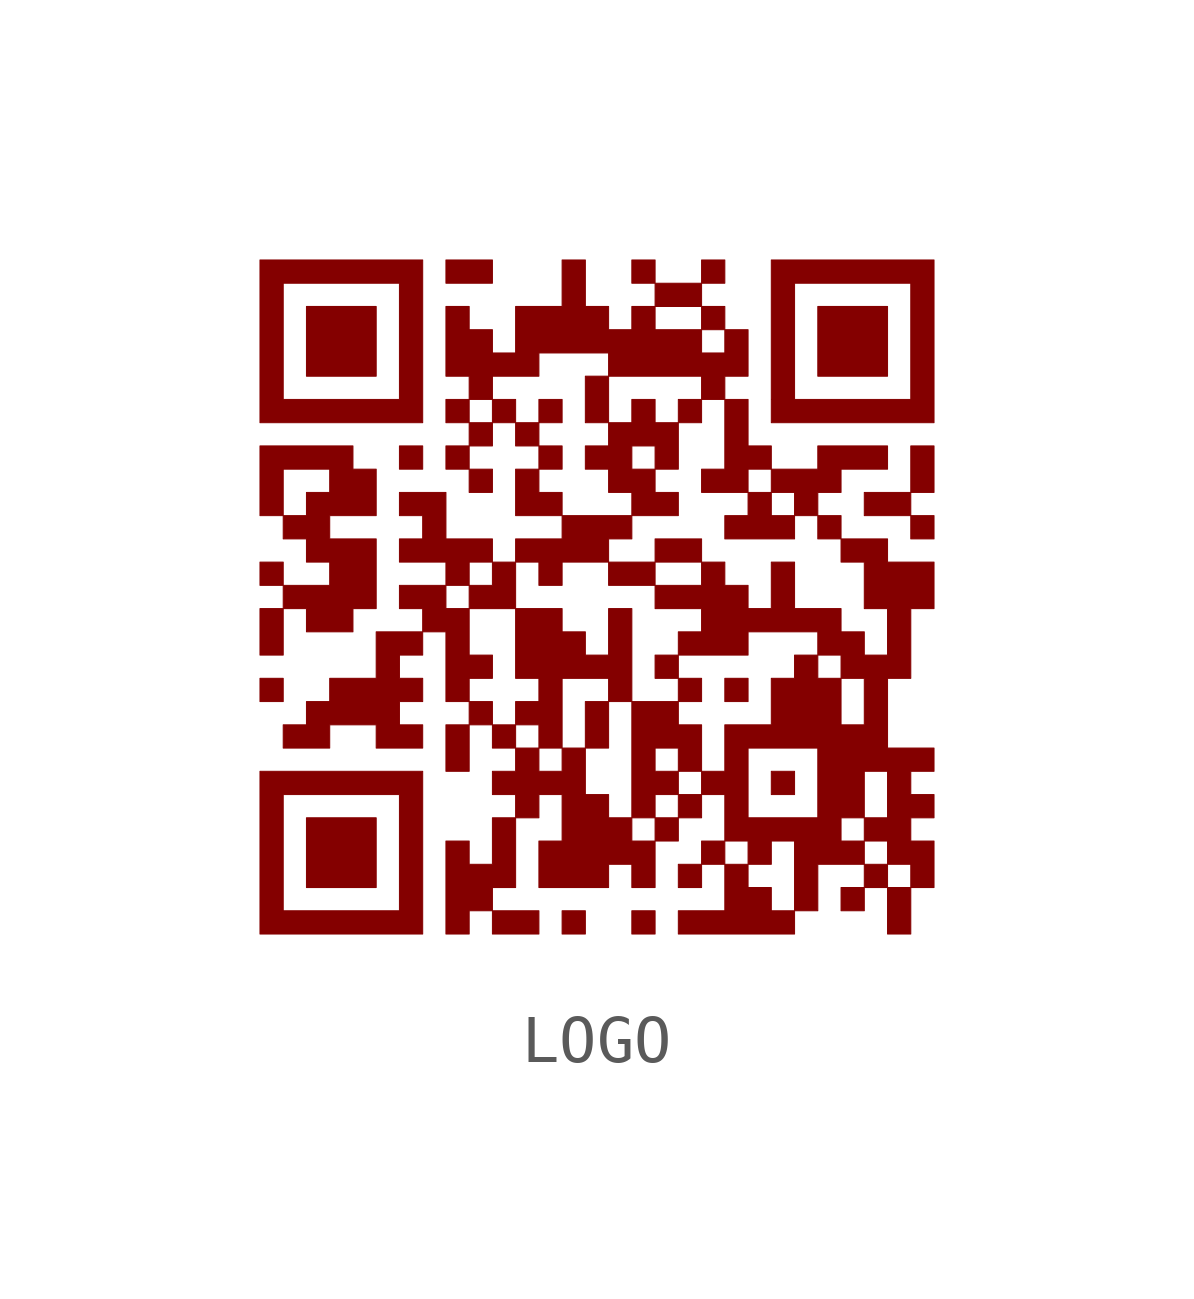
<source format=kicad_sym>
(kicad_symbol_lib
  (version 20220914)
  (generator "bitmap2component")
  (generator_version "8.0")
  (symbol "LOGO"
    (pin_names
      (offset 1.016))
    (property "Reference" "#G"
      (at 0 6.859 0)
      (effects (font (size 1.27 1.27)) hide))
    (symbol "LOGO_0_0"
      (polyline (pts (xy -3.622 -5.331) (xy -3.622 -3.637) (xy -5.316 -3.637) (xy -7.01 -3.637) (xy -7.01 -5.331) (xy -7.01 -6.541) (xy -6.526 -6.541) (xy -6.526 -5.331) (xy -6.526 -4.121) (xy -5.316 -4.121) (xy -4.106 -4.121) (xy -4.106 -5.331) (xy -4.106 -6.541) (xy -5.316 -6.541) (xy -6.526 -6.541) (xy -7.01 -6.541) (xy -7.01 -7.025) (xy -5.316 -7.025) (xy -3.622 -7.025) (xy -3.622 -5.331)) (stroke (width 0.01) (type default)) (fill (type outline)))
      (polyline (pts (xy 4.121 -6.783) (xy 4.121 -6.541) (xy 3.879 -6.541) (xy 3.637 -6.541) (xy 3.637 -6.299) (xy 3.637 -6.057) (xy 3.395 -6.057) (xy 3.153 -6.057) (xy 3.153 -5.815) (xy 3.153 -5.573) (xy 2.911 -5.573) (xy 2.669 -5.573) (xy 2.669 -5.331) (xy 2.669 -5.089) (xy 2.911 -5.089) (xy 3.153 -5.089) (xy 3.153 -5.331) (xy 3.153 -5.573) (xy 3.395 -5.573) (xy 3.637 -5.573) (xy 3.637 -5.331) (xy 3.637 -5.089) (xy 3.879 -5.089) (xy 4.121 -5.089) (xy 4.121 -5.815) (xy 4.121 -6.541) (xy 4.363 -6.541) (xy 4.605 -6.541) (xy 4.605 -6.057) (xy 4.605 -5.573) (xy 5.089 -5.573) (xy 5.573 -5.573) (xy 5.573 -5.815) (xy 5.573 -6.057) (xy 5.331 -6.057) (xy 5.089 -6.057) (xy 5.089 -6.299) (xy 5.089 -6.541) (xy 5.331 -6.541) (xy 5.573 -6.541) (xy 5.573 -6.299) (xy 5.573 -6.057) (xy 5.815 -6.057) (xy 6.057 -6.057) (xy 6.057 -6.541) (xy 6.057 -7.025) (xy 6.299 -7.025) (xy 6.541 -7.025) (xy 6.541 -6.541) (xy 6.541 -6.057) (xy 6.299 -6.057) (xy 6.057 -6.057) (xy 6.057 -5.815) (xy 6.057 -5.573) (xy 5.815 -5.573) (xy 5.573 -5.573) (xy 5.573 -5.331) (xy 5.573 -5.089) (xy 5.331 -5.089) (xy 5.089 -5.089) (xy 5.089 -4.847) (xy 5.089 -4.605) (xy 5.331 -4.605) (xy 5.573 -4.605) (xy 5.573 -4.121) (xy 5.573 -3.637) (xy 5.815 -3.637) (xy 6.057 -3.637) (xy 6.057 -4.121) (xy 6.057 -4.605) (xy 5.815 -4.605) (xy 5.573 -4.605) (xy 5.573 -4.847) (xy 5.573 -5.089) (xy 5.815 -5.089) (xy 6.057 -5.089) (xy 6.057 -5.331) (xy 6.057 -5.573) (xy 6.299 -5.573) (xy 6.541 -5.573) (xy 6.541 -5.815) (xy 6.541 -6.057) (xy 6.783 -6.057) (xy 7.025 -6.057) (xy 7.025 -5.573) (xy 7.025 -5.089) (xy 6.783 -5.089) (xy 6.541 -5.089) (xy 6.541 -4.847) (xy 6.541 -4.605) (xy 6.783 -4.605) (xy 7.025 -4.605) (xy 7.025 -4.363) (xy 7.025 -4.121) (xy 6.783 -4.121) (xy 6.541 -4.121) (xy 6.541 -3.879) (xy 6.541 -3.637) (xy 6.783 -3.637) (xy 7.025 -3.637) (xy 7.025 -3.395) (xy 7.025 -3.153) (xy 6.541 -3.153) (xy 6.057 -3.153) (xy 6.057 -2.427) (xy 6.057 -1.701) (xy 6.299 -1.701) (xy 6.541 -1.701) (xy 6.541 -0.975) (xy 6.541 -0.249) (xy 6.783 -0.249) (xy 7.025 -0.249) (xy 7.025 0.235) (xy 7.025 0.719) (xy 6.541 0.719) (xy 6.057 0.719) (xy 6.057 0.961) (xy 6.057 1.202) (xy 5.573 1.202) (xy 5.089 1.202) (xy 5.089 1.444) (xy 5.089 1.687) (xy 4.847 1.687) (xy 4.605 1.687) (xy 4.605 1.928) (xy 4.605 2.17) (xy 4.847 2.17) (xy 5.089 2.17) (xy 5.089 2.412) (xy 5.089 2.654) (xy 5.573 2.654) (xy 6.057 2.654) (xy 6.057 2.896) (xy 6.057 3.138) (xy 5.331 3.138) (xy 4.605 3.138) (xy 4.605 2.896) (xy 4.605 2.654) (xy 4.121 2.654) (xy 3.637 2.654) (xy 3.637 2.896) (xy 3.637 3.138) (xy 3.395 3.138) (xy 3.153 3.138) (xy 3.153 3.622) (xy 3.153 4.106) (xy 2.911 4.106) (xy 2.669 4.106) (xy 2.669 4.348) (xy 2.669 4.59) (xy 2.911 4.59) (xy 3.153 4.59) (xy 3.153 5.074) (xy 3.153 5.558) (xy 2.911 5.558) (xy 2.669 5.558) (xy 2.669 5.8) (xy 2.669 6.042) (xy 2.427 6.042) (xy 2.185 6.042) (xy 2.185 6.284) (xy 2.185 6.526) (xy 1.701 6.526) (xy 1.217 6.526) (xy 1.217 6.768) (xy 1.217 7.01) (xy 0.975 7.01) (xy 0.733 7.01) (xy 0.733 6.768) (xy 0.733 6.526) (xy 0.975 6.526) (xy 1.217 6.526) (xy 1.217 6.284) (xy 1.217 6.042) (xy 1.701 6.042) (xy 2.185 6.042) (xy 2.185 5.8) (xy 2.185 5.558) (xy 2.427 5.558) (xy 2.669 5.558) (xy 2.669 5.316) (xy 2.669 5.074) (xy 2.427 5.074) (xy 2.185 5.074) (xy 2.185 5.316) (xy 2.185 5.558) (xy 1.701 5.558) (xy 1.217 5.558) (xy 1.217 5.8) (xy 1.217 6.042) (xy 0.975 6.042) (xy 0.733 6.042) (xy 0.733 5.8) (xy 0.733 5.558) (xy 0.491 5.558) (xy 0.249 5.558) (xy 0.249 5.8) (xy 0.249 6.042) (xy 0.007 6.042) (xy -0.235 6.042) (xy -0.235 6.526) (xy -0.235 7.01) (xy -0.477 7.01) (xy -0.719 7.01) (xy -0.719 6.526) (xy -0.719 6.042) (xy -1.202 6.042) (xy -1.687 6.042) (xy -1.687 5.558) (xy -1.687 5.074) (xy -1.928 5.074) (xy -2.17 5.074) (xy -2.17 5.316) (xy -2.17 5.558) (xy -2.412 5.558) (xy -2.654 5.558) (xy -2.654 5.8) (xy -2.654 6.042) (xy -2.896 6.042) (xy -3.138 6.042) (xy -3.138 5.316) (xy -3.138 4.59) (xy -2.896 4.59) (xy -2.654 4.59) (xy -2.654 4.348) (xy -2.654 4.106) (xy -2.412 4.106) (xy -2.17 4.106) (xy -2.17 4.348) (xy -2.17 4.59) (xy -1.687 4.59) (xy -1.202 4.59) (xy -1.202 4.832) (xy -1.202 5.074) (xy -0.477 5.074) (xy 0.249 5.074) (xy 0.249 4.832) (xy 0.249 4.59) (xy 1.217 4.59) (xy 2.185 4.59) (xy 2.185 4.348) (xy 2.185 4.106) (xy 2.427 4.106) (xy 2.669 4.106) (xy 2.669 3.38) (xy 2.669 2.654) (xy 2.427 2.654) (xy 2.185 2.654) (xy 2.185 2.412) (xy 2.185 2.17) (xy 2.669 2.17) (xy 3.153 2.17) (xy 3.153 2.412) (xy 3.153 2.654) (xy 3.395 2.654) (xy 3.637 2.654) (xy 3.637 2.412) (xy 3.637 2.17) (xy 3.879 2.17) (xy 4.121 2.17) (xy 4.121 1.928) (xy 4.121 1.687) (xy 4.363 1.687) (xy 4.605 1.687) (xy 4.605 1.444) (xy 4.605 1.202) (xy 4.847 1.202) (xy 5.089 1.202) (xy 5.089 0.961) (xy 5.089 0.719) (xy 5.331 0.719) (xy 5.573 0.719) (xy 5.573 0.235) (xy 5.573 -0.249) (xy 5.815 -0.249) (xy 6.057 -0.249) (xy 6.057 -0.733) (xy 6.057 -1.217) (xy 5.815 -1.217) (xy 5.573 -1.217) (xy 5.573 -0.975) (xy 5.573 -0.733) (xy 5.331 -0.733) (xy 5.089 -0.733) (xy 5.089 -0.491) (xy 5.089 -0.249) (xy 4.605 -0.249) (xy 4.121 -0.249) (xy 4.121 0.235) (xy 4.121 0.719) (xy 3.879 0.719) (xy 3.637 0.719) (xy 3.637 0.235) (xy 3.637 -0.249) (xy 3.395 -0.249) (xy 3.153 -0.249) (xy 3.153 -0.007) (xy 3.153 0.235) (xy 2.911 0.235) (xy 2.669 0.235) (xy 2.669 0.477) (xy 2.669 0.719) (xy 2.427 0.719) (xy 2.185 0.719) (xy 2.185 0.477) (xy 2.185 0.235) (xy 1.701 0.235) (xy 1.217 0.235) (xy 1.217 -0.007) (xy 1.217 -0.249) (xy 1.701 -0.249) (xy 2.185 -0.249) (xy 2.185 -0.491) (xy 2.185 -0.733) (xy 1.943 -0.733) (xy 1.701 -0.733) (xy 1.701 -0.975) (xy 1.701 -1.217) (xy 2.427 -1.217) (xy 3.153 -1.217) (xy 3.153 -0.975) (xy 3.153 -0.733) (xy 3.879 -0.733) (xy 4.605 -0.733) (xy 4.605 -0.975) (xy 4.605 -1.217) (xy 4.847 -1.217) (xy 5.089 -1.217) (xy 5.089 -1.459) (xy 5.089 -1.701) (xy 5.331 -1.701) (xy 5.573 -1.701) (xy 5.573 -2.185) (xy 5.573 -2.669) (xy 5.331 -2.669) (xy 5.089 -2.669) (xy 5.089 -2.185) (xy 5.089 -1.701) (xy 4.847 -1.701) (xy 4.605 -1.701) (xy 4.605 -1.459) (xy 4.605 -1.217) (xy 4.363 -1.217) (xy 4.121 -1.217) (xy 4.121 -1.459) (xy 4.121 -1.701) (xy 3.879 -1.701) (xy 3.637 -1.701) (xy 3.637 -2.185) (xy 3.637 -2.669) (xy 3.153 -2.669) (xy 2.669 -2.669) (xy 2.669 -3.153) (xy 2.669 -3.637) (xy 2.427 -3.637) (xy 2.185 -3.637) (xy 2.185 -3.879) (xy 2.185 -4.121) (xy 1.943 -4.121) (xy 1.701 -4.121) (xy 1.701 -4.363) (xy 1.701 -4.605) (xy 1.943 -4.605) (xy 2.185 -4.605) (xy 2.185 -4.363) (xy 2.185 -4.121) (xy 2.427 -4.121) (xy 2.669 -4.121) (xy 2.669 -4.605) (xy 3.153 -4.605) (xy 3.153 -3.879) (xy 3.153 -3.153) (xy 3.879 -3.153) (xy 4.605 -3.153) (xy 4.605 -3.879) (xy 4.605 -4.605) (xy 3.879 -4.605) (xy 3.153 -4.605) (xy 2.669 -4.605) (xy 2.669 -5.089) (xy 2.427 -5.089) (xy 2.185 -5.089) (xy 2.185 -5.331) (xy 2.185 -5.573) (xy 1.943 -5.573) (xy 1.701 -5.573) (xy 1.701 -5.815) (xy 1.701 -6.057) (xy 1.943 -6.057) (xy 2.185 -6.057) (xy 2.185 -5.815) (xy 2.185 -5.573) (xy 2.427 -5.573) (xy 2.669 -5.573) (xy 2.669 -6.057) (xy 2.669 -6.541) (xy 2.185 -6.541) (xy 1.701 -6.541) (xy 1.701 -6.783) (xy 1.701 -7.025) (xy 2.911 -7.025) (xy 4.121 -7.025) (xy 4.121 -6.783)) (stroke (width 0.01) (type default)) (fill (type outline)))
      (polyline (pts (xy 2.669 6.768) (xy 2.669 7.01) (xy 2.427 7.01) (xy 2.185 7.01) (xy 2.185 6.768) (xy 2.185 6.526) (xy 2.427 6.526) (xy 2.669 6.526) (xy 2.669 6.768)) (stroke (width 0.01) (type default)) (fill (type outline)))
      (polyline (pts (xy -0.719 2.896) (xy -0.719 3.138) (xy -0.961 3.138) (xy -1.202 3.138) (xy -1.202 3.38) (xy -1.202 3.622) (xy -1.444 3.622) (xy -1.687 3.622) (xy -1.687 3.864) (xy -1.687 4.106) (xy -1.928 4.106) (xy -2.17 4.106) (xy -2.17 3.864) (xy -2.17 3.622) (xy -2.412 3.622) (xy -2.654 3.622) (xy -2.654 3.864) (xy -2.654 4.106) (xy -2.896 4.106) (xy -3.138 4.106) (xy -3.138 3.864) (xy -3.138 3.622) (xy -2.896 3.622) (xy -2.654 3.622) (xy -2.654 3.38) (xy -2.654 3.138) (xy -2.412 3.138) (xy -2.17 3.138) (xy -2.17 3.38) (xy -2.17 3.622) (xy -1.928 3.622) (xy -1.687 3.622) (xy -1.687 3.38) (xy -1.687 3.138) (xy -1.444 3.138) (xy -1.202 3.138) (xy -1.202 2.896) (xy -1.202 2.654) (xy -0.961 2.654) (xy -0.719 2.654) (xy -0.719 2.896)) (stroke (width 0.01) (type default)) (fill (type outline)))
      (polyline (pts (xy -2.17 2.412) (xy -2.17 2.654) (xy -2.412 2.654) (xy -2.654 2.654) (xy -2.654 2.896) (xy -2.654 3.138) (xy -2.896 3.138) (xy -3.138 3.138) (xy -3.138 2.896) (xy -3.138 2.654) (xy -2.896 2.654) (xy -2.654 2.654) (xy -2.654 2.412) (xy -2.654 2.17) (xy -2.412 2.17) (xy -2.17 2.17) (xy -2.17 2.412)) (stroke (width 0.01) (type default)) (fill (type outline)))
      (polyline (pts (xy 0.249 -5.815) (xy 0.249 -5.573) (xy 0.491 -5.573) (xy 0.733 -5.573) (xy 0.733 -5.815) (xy 0.733 -6.057) (xy 0.975 -6.057) (xy 1.217 -6.057) (xy 1.217 -5.573) (xy 1.217 -5.089) (xy 0.975 -5.089) (xy 0.733 -5.089) (xy 0.733 -4.847) (xy 0.733 -4.605) (xy 0.491 -4.605) (xy 0.249 -4.605) (xy 0.249 -4.363) (xy 0.249 -4.121) (xy 0.007 -4.121) (xy -0.235 -4.121) (xy -0.235 -3.637) (xy -0.235 -3.153) (xy -0.477 -3.153) (xy -0.719 -3.153) (xy -0.719 -3.395) (xy -0.719 -3.637) (xy -0.961 -3.637) (xy -1.202 -3.637) (xy -1.202 -3.395) (xy -1.202 -3.153) (xy -1.444 -3.153) (xy -1.687 -3.153) (xy -1.687 -2.911) (xy -1.687 -2.669) (xy -1.928 -2.669) (xy -2.17 -2.669) (xy -2.17 -2.427) (xy -2.17 -2.185) (xy -2.412 -2.185) (xy -2.654 -2.185) (xy -2.654 -1.943) (xy -2.654 -1.701) (xy -2.412 -1.701) (xy -2.17 -1.701) (xy -2.17 -1.459) (xy -2.17 -1.217) (xy -2.412 -1.217) (xy -2.654 -1.217) (xy -2.654 -0.733) (xy -2.654 -0.249) (xy -2.896 -0.249) (xy -3.138 -0.249) (xy -3.138 -0.007) (xy -3.138 0.235) (xy -2.896 0.235) (xy -2.654 0.235) (xy -2.654 0.477) (xy -2.654 0.719) (xy -2.412 0.719) (xy -2.17 0.719) (xy -2.17 0.477) (xy -2.17 0.235) (xy -2.412 0.235) (xy -2.654 0.235) (xy -2.654 -0.007) (xy -2.654 -0.249) (xy -2.17 -0.249) (xy -1.687 -0.249) (xy -1.687 0.235) (xy -1.687 0.719) (xy -1.444 0.719) (xy -1.202 0.719) (xy -1.202 0.477) (xy -1.202 0.235) (xy -0.961 0.235) (xy -0.719 0.235) (xy -0.719 0.477) (xy -0.719 0.719) (xy -0.235 0.719) (xy 0.249 0.719) (xy 0.249 0.961) (xy 0.249 1.202) (xy 0.491 1.202) (xy 0.733 1.202) (xy 0.733 1.444) (xy 0.733 1.687) (xy 0.007 1.687) (xy -0.719 1.687) (xy -0.719 1.928) (xy -0.719 2.17) (xy -0.961 2.17) (xy -1.202 2.17) (xy -1.202 2.412) (xy -1.202 2.654) (xy -1.444 2.654) (xy -1.687 2.654) (xy -1.687 2.17) (xy -1.687 1.687) (xy -1.202 1.687) (xy -0.719 1.687) (xy -0.719 1.444) (xy -0.719 1.202) (xy -1.202 1.202) (xy -1.687 1.202) (xy -1.687 0.961) (xy -1.687 0.719) (xy -1.928 0.719) (xy -2.17 0.719) (xy -2.17 0.961) (xy -2.17 1.202) (xy -2.654 1.202) (xy -3.138 1.202) (xy -3.138 1.687) (xy -3.138 2.17) (xy -3.622 2.17) (xy -4.106 2.17) (xy -4.106 1.928) (xy -4.106 1.687) (xy -3.864 1.687) (xy -3.622 1.687) (xy -3.622 1.444) (xy -3.622 1.202) (xy -3.864 1.202) (xy -4.106 1.202) (xy -4.106 0.961) (xy -4.106 0.719) (xy -3.622 0.719) (xy -3.138 0.719) (xy -3.138 0.477) (xy -3.138 0.235) (xy -3.622 0.235) (xy -4.106 0.235) (xy -4.106 -0.007) (xy -4.106 -0.249) (xy -3.864 -0.249) (xy -3.622 -0.249) (xy -3.622 -0.491) (xy -3.622 -0.733) (xy -4.106 -0.733) (xy -4.59 -0.733) (xy -4.59 -1.217) (xy -4.59 -1.701) (xy -5.074 -1.701) (xy -5.558 -1.701) (xy -5.558 -1.943) (xy -5.558 -2.185) (xy -5.8 -2.185) (xy -6.042 -2.185) (xy -6.042 -2.427) (xy -6.042 -2.669) (xy -6.284 -2.669) (xy -6.526 -2.669) (xy -6.526 -2.911) (xy -6.526 -3.153) (xy -6.042 -3.153) (xy -5.558 -3.153) (xy -5.558 -2.911) (xy -5.558 -2.669) (xy -5.074 -2.669) (xy -4.59 -2.669) (xy -4.59 -2.911) (xy -4.59 -3.153) (xy -4.106 -3.153) (xy -3.622 -3.153) (xy -3.622 -2.911) (xy -3.622 -2.669) (xy -3.864 -2.669) (xy -4.106 -2.669) (xy -4.106 -2.427) (xy -4.106 -2.185) (xy -3.864 -2.185) (xy -3.622 -2.185) (xy -3.622 -1.943) (xy -3.622 -1.701) (xy -3.864 -1.701) (xy -4.106 -1.701) (xy -4.106 -1.459) (xy -4.106 -1.217) (xy -3.864 -1.217) (xy -3.622 -1.217) (xy -3.622 -0.975) (xy -3.622 -0.733) (xy -3.38 -0.733) (xy -3.138 -0.733) (xy -3.138 -1.459) (xy -3.138 -2.185) (xy -2.896 -2.185) (xy -2.654 -2.185) (xy -2.654 -2.427) (xy -2.654 -2.669) (xy -2.896 -2.669) (xy -3.138 -2.669) (xy -3.138 -3.153) (xy -3.138 -3.637) (xy -2.896 -3.637) (xy -2.654 -3.637) (xy -2.654 -3.153) (xy -2.654 -2.669) (xy -2.412 -2.669) (xy -2.17 -2.669) (xy -2.17 -2.911) (xy -2.17 -3.153) (xy -1.928 -3.153) (xy -1.687 -3.153) (xy -1.687 -3.395) (xy -1.687 -3.637) (xy -1.928 -3.637) (xy -2.17 -3.637) (xy -2.17 -3.879) (xy -2.17 -4.121) (xy -1.928 -4.121) (xy -1.687 -4.121) (xy -1.687 -4.363) (xy -1.687 -4.605) (xy -1.444 -4.605) (xy -1.202 -4.605) (xy -1.202 -4.363) (xy -1.202 -4.121) (xy -0.961 -4.121) (xy -0.719 -4.121) (xy -0.719 -4.605) (xy -0.719 -5.089) (xy -0.961 -5.089) (xy -1.202 -5.089) (xy -1.202 -5.573) (xy -1.202 -6.057) (xy -0.477 -6.057) (xy 0.249 -6.057) (xy 0.249 -5.815)) (stroke (width 0.01) (type default)) (fill (type outline)))
      (polyline (pts (xy -2.654 -6.783) (xy -2.654 -6.541) (xy -2.412 -6.541) (xy -2.17 -6.541) (xy -2.17 -6.783) (xy -2.17 -7.025) (xy -1.687 -7.025) (xy -1.202 -7.025) (xy -1.202 -6.783) (xy -1.202 -6.541) (xy -1.687 -6.541) (xy -2.17 -6.541) (xy -2.17 -6.299) (xy -2.17 -6.057) (xy -1.928 -6.057) (xy -1.687 -6.057) (xy -1.687 -5.331) (xy -1.687 -4.605) (xy -1.928 -4.605) (xy -2.17 -4.605) (xy -2.17 -5.089) (xy -2.17 -5.573) (xy -2.412 -5.573) (xy -2.654 -5.573) (xy -2.654 -5.331) (xy -2.654 -5.089) (xy -2.896 -5.089) (xy -3.138 -5.089) (xy -3.138 -6.057) (xy -3.138 -7.025) (xy -2.896 -7.025) (xy -2.654 -7.025) (xy -2.654 -6.783)) (stroke (width 0.01) (type default)) (fill (type outline)))
      (polyline (pts (xy 1.701 -4.847) (xy 1.701 -4.605) (xy 1.459 -4.605) (xy 1.217 -4.605) (xy 1.217 -4.847) (xy 1.217 -5.089) (xy 1.459 -5.089) (xy 1.701 -5.089) (xy 1.701 -4.847)) (stroke (width 0.01) (type default)) (fill (type outline)))
      (polyline (pts (xy -0.235 -6.783) (xy -0.235 -6.541) (xy -0.477 -6.541) (xy -0.719 -6.541) (xy -0.719 -6.783) (xy -0.719 -7.025) (xy -0.477 -7.025) (xy -0.235 -7.025) (xy -0.235 -6.783)) (stroke (width 0.01) (type default)) (fill (type outline)))
      (polyline (pts (xy 1.217 -6.783) (xy 1.217 -6.541) (xy 0.975 -6.541) (xy 0.733 -6.541) (xy 0.733 -6.783) (xy 0.733 -7.025) (xy 0.975 -7.025) (xy 1.217 -7.025) (xy 1.217 -6.783)) (stroke (width 0.01) (type default)) (fill (type outline)))
      (polyline (pts (xy -6.526 -1.943) (xy -6.526 -1.701) (xy -6.768 -1.701) (xy -7.01 -1.701) (xy -7.01 -1.943) (xy -7.01 -2.185) (xy -6.768 -2.185) (xy -6.526 -2.185) (xy -6.526 -1.943)) (stroke (width 0.01) (type default)) (fill (type outline)))
      (polyline (pts (xy -6.526 -0.733) (xy -6.526 -0.249) (xy -6.284 -0.249) (xy -6.042 -0.249) (xy -6.042 -0.491) (xy -6.042 -0.733) (xy -5.558 -0.733) (xy -5.074 -0.733) (xy -5.074 -0.491) (xy -5.074 -0.249) (xy -4.832 -0.249) (xy -4.59 -0.249) (xy -4.59 0.477) (xy -4.59 1.202) (xy -5.074 1.202) (xy -5.558 1.202) (xy -5.558 1.444) (xy -5.558 1.687) (xy -5.074 1.687) (xy -4.59 1.687) (xy -4.59 2.17) (xy -4.59 2.654) (xy -4.832 2.654) (xy -5.074 2.654) (xy -5.074 2.896) (xy -5.074 3.138) (xy -6.042 3.138) (xy -7.01 3.138) (xy -7.01 2.412) (xy -7.01 1.687) (xy -6.768 1.687) (xy -6.526 1.687) (xy -6.526 2.17) (xy -6.526 2.654) (xy -6.042 2.654) (xy -5.558 2.654) (xy -5.558 2.412) (xy -5.558 2.17) (xy -5.8 2.17) (xy -6.042 2.17) (xy -6.042 1.928) (xy -6.042 1.687) (xy -6.284 1.687) (xy -6.526 1.687) (xy -6.526 1.444) (xy -6.526 1.202) (xy -6.284 1.202) (xy -6.042 1.202) (xy -6.042 0.961) (xy -6.042 0.719) (xy -5.8 0.719) (xy -5.558 0.719) (xy -5.558 0.477) (xy -5.558 0.235) (xy -6.042 0.235) (xy -6.526 0.235) (xy -6.526 0.477) (xy -6.526 0.719) (xy -6.768 0.719) (xy -7.01 0.719) (xy -7.01 0.477) (xy -7.01 0.235) (xy -6.768 0.235) (xy -6.526 0.235) (xy -6.526 -0.007) (xy -6.526 -0.249) (xy -6.768 -0.249) (xy -7.01 -0.249) (xy -7.01 -0.733) (xy -7.01 -1.217) (xy -6.768 -1.217) (xy -6.526 -1.217) (xy -6.526 -0.733)) (stroke (width 0.01) (type default)) (fill (type outline)))
      (polyline (pts (xy 7.025 2.654) (xy 7.025 3.138) (xy 6.783 3.138) (xy 6.541 3.138) (xy 6.541 2.654) (xy 6.541 2.17) (xy 6.783 2.17) (xy 7.025 2.17) (xy 7.025 2.654)) (stroke (width 0.01) (type default)) (fill (type outline)))
      (polyline (pts (xy 7.025 1.444) (xy 7.025 1.687) (xy 6.783 1.687) (xy 6.541 1.687) (xy 6.541 1.928) (xy 6.541 2.17) (xy 6.057 2.17) (xy 5.573 2.17) (xy 5.573 1.928) (xy 5.573 1.687) (xy 6.057 1.687) (xy 6.541 1.687) (xy 6.541 1.444) (xy 6.541 1.202) (xy 6.783 1.202) (xy 7.025 1.202) (xy 7.025 1.444)) (stroke (width 0.01) (type default)) (fill (type outline)))
      (polyline (pts (xy -3.622 2.896) (xy -3.622 3.138) (xy -3.864 3.138) (xy -4.106 3.138) (xy -4.106 2.896) (xy -4.106 2.654) (xy -3.864 2.654) (xy -3.622 2.654) (xy -3.622 2.896)) (stroke (width 0.01) (type default)) (fill (type outline)))
      (polyline (pts (xy -3.622 5.316) (xy -3.622 7.01) (xy -5.316 7.01) (xy -7.01 7.01) (xy -7.01 5.316) (xy -7.01 4.106) (xy -6.526 4.106) (xy -6.526 5.316) (xy -6.526 6.526) (xy -5.316 6.526) (xy -4.106 6.526) (xy -4.106 5.316) (xy -4.106 4.106) (xy -5.316 4.106) (xy -6.526 4.106) (xy -7.01 4.106) (xy -7.01 3.622) (xy -5.316 3.622) (xy -3.622 3.622) (xy -3.622 5.316)) (stroke (width 0.01) (type default)) (fill (type outline)))
      (polyline (pts (xy 7.025 5.316) (xy 7.025 7.01) (xy 5.331 7.01) (xy 3.637 7.01) (xy 3.637 5.316) (xy 3.637 4.106) (xy 4.121 4.106) (xy 4.121 5.316) (xy 4.121 6.526) (xy 5.331 6.526) (xy 6.541 6.526) (xy 6.541 5.316) (xy 6.541 4.106) (xy 5.331 4.106) (xy 4.121 4.106) (xy 3.637 4.106) (xy 3.637 3.622) (xy 5.331 3.622) (xy 7.025 3.622) (xy 7.025 5.316)) (stroke (width 0.01) (type default)) (fill (type outline)))
      (polyline (pts (xy -2.17 6.768) (xy -2.17 7.01) (xy -2.654 7.01) (xy -3.138 7.01) (xy -3.138 6.768) (xy -3.138 6.526) (xy -2.654 6.526) (xy -2.17 6.526) (xy -2.17 6.768)) (stroke (width 0.01) (type default)) (fill (type outline)))
      (polyline (pts (xy -4.59 -5.331) (xy -4.59 -4.605) (xy -5.316 -4.605) (xy -6.042 -4.605) (xy -6.042 -5.331) (xy -6.042 -6.057) (xy -5.316 -6.057) (xy -4.59 -6.057) (xy -4.59 -5.331)) (stroke (width 0.01) (type default)) (fill (type outline)))
      (polyline (pts (xy 1.217 -4.363) (xy 1.217 -4.121) (xy 1.459 -4.121) (xy 1.701 -4.121) (xy 1.701 -3.879) (xy 1.701 -3.637) (xy 1.459 -3.637) (xy 1.217 -3.637) (xy 1.217 -3.395) (xy 1.217 -3.153) (xy 1.459 -3.153) (xy 1.701 -3.153) (xy 1.701 -3.395) (xy 1.701 -3.637) (xy 1.943 -3.637) (xy 2.185 -3.637) (xy 2.185 -3.153) (xy 2.185 -2.669) (xy 1.943 -2.669) (xy 1.701 -2.669) (xy 1.701 -2.427) (xy 1.701 -2.185) (xy 1.217 -2.185) (xy 0.733 -2.185) (xy 0.733 -1.217) (xy 0.733 -0.249) (xy 0.491 -0.249) (xy 0.249 -0.249) (xy 0.249 -0.733) (xy 0.249 -1.217) (xy 0.007 -1.217) (xy -0.235 -1.217) (xy -0.235 -0.975) (xy -0.235 -0.733) (xy -0.477 -0.733) (xy -0.719 -0.733) (xy -0.719 -0.491) (xy -0.719 -0.249) (xy -1.202 -0.249) (xy -1.687 -0.249) (xy -1.687 -0.975) (xy -1.687 -1.701) (xy -1.444 -1.701) (xy -1.202 -1.701) (xy -1.202 -1.943) (xy -1.202 -2.185) (xy -1.444 -2.185) (xy -1.687 -2.185) (xy -1.687 -2.427) (xy -1.687 -2.669) (xy -1.444 -2.669) (xy -1.202 -2.669) (xy -1.202 -2.911) (xy -1.202 -3.153) (xy -0.961 -3.153) (xy -0.719 -3.153) (xy -0.719 -2.427) (xy -0.719 -1.701) (xy -0.235 -1.701) (xy 0.249 -1.701) (xy 0.249 -1.943) (xy 0.249 -2.185) (xy 0.007 -2.185) (xy -0.235 -2.185) (xy -0.235 -2.669) (xy -0.235 -3.153) (xy 0.007 -3.153) (xy 0.249 -3.153) (xy 0.249 -2.669) (xy 0.249 -2.185) (xy 0.491 -2.185) (xy 0.733 -2.185) (xy 0.733 -3.395) (xy 0.733 -4.605) (xy 0.975 -4.605) (xy 1.217 -4.605) (xy 1.217 -4.363)) (stroke (width 0.01) (type default)) (fill (type outline)))
      (polyline (pts (xy 2.185 -1.943) (xy 2.185 -1.701) (xy 1.943 -1.701) (xy 1.701 -1.701) (xy 1.701 -1.459) (xy 1.701 -1.217) (xy 1.459 -1.217) (xy 1.217 -1.217) (xy 1.217 -1.459) (xy 1.217 -1.701) (xy 1.459 -1.701) (xy 1.701 -1.701) (xy 1.701 -1.943) (xy 1.701 -2.185) (xy 1.943 -2.185) (xy 2.185 -2.185) (xy 2.185 -1.943)) (stroke (width 0.01) (type default)) (fill (type outline)))
      (polyline (pts (xy 3.153 -1.943) (xy 3.153 -1.701) (xy 2.911 -1.701) (xy 2.669 -1.701) (xy 2.669 -1.943) (xy 2.669 -2.185) (xy 2.911 -2.185) (xy 3.153 -2.185) (xy 3.153 -1.943)) (stroke (width 0.01) (type default)) (fill (type outline)))
      (polyline (pts (xy 2.185 0.961) (xy 2.185 1.202) (xy 1.701 1.202) (xy 1.217 1.202) (xy 1.217 0.961) (xy 1.217 0.719) (xy 1.701 0.719) (xy 2.185 0.719) (xy 2.185 0.961)) (stroke (width 0.01) (type default)) (fill (type outline)))
      (polyline (pts (xy 1.217 0.477) (xy 1.217 0.719) (xy 0.733 0.719) (xy 0.249 0.719) (xy 0.249 0.477) (xy 0.249 0.235) (xy 0.733 0.235) (xy 1.217 0.235) (xy 1.217 0.477)) (stroke (width 0.01) (type default)) (fill (type outline)))
      (polyline (pts (xy 4.121 1.444) (xy 4.121 1.687) (xy 3.879 1.687) (xy 3.637 1.687) (xy 3.637 1.928) (xy 3.637 2.17) (xy 3.395 2.17) (xy 3.153 2.17) (xy 3.153 1.928) (xy 3.153 1.687) (xy 2.911 1.687) (xy 2.669 1.687) (xy 2.669 1.444) (xy 2.669 1.202) (xy 3.395 1.202) (xy 4.121 1.202) (xy 4.121 1.444)) (stroke (width 0.01) (type default)) (fill (type outline)))
      (polyline (pts (xy 1.701 1.928) (xy 1.701 2.17) (xy 1.459 2.17) (xy 1.217 2.17) (xy 1.217 2.412) (xy 1.217 2.654) (xy 0.975 2.654) (xy 0.733 2.654) (xy 0.733 2.896) (xy 0.733 3.138) (xy 0.975 3.138) (xy 1.217 3.138) (xy 1.217 2.896) (xy 1.217 2.654) (xy 1.459 2.654) (xy 1.701 2.654) (xy 1.701 3.138) (xy 1.701 3.622) (xy 1.459 3.622) (xy 1.217 3.622) (xy 1.217 3.864) (xy 1.217 4.106) (xy 0.975 4.106) (xy 0.733 4.106) (xy 0.733 3.864) (xy 0.733 3.622) (xy 0.491 3.622) (xy 0.249 3.622) (xy 0.249 4.106) (xy 0.249 4.59) (xy 0.007 4.59) (xy -0.235 4.59) (xy -0.235 4.106) (xy -0.235 3.622) (xy 0.007 3.622) (xy 0.249 3.622) (xy 0.249 3.38) (xy 0.249 3.138) (xy 0.007 3.138) (xy -0.235 3.138) (xy -0.235 2.896) (xy -0.235 2.654) (xy 0.007 2.654) (xy 0.249 2.654) (xy 0.249 2.412) (xy 0.249 2.17) (xy 0.491 2.17) (xy 0.733 2.17) (xy 0.733 1.928) (xy 0.733 1.687) (xy 1.217 1.687) (xy 1.701 1.687) (xy 1.701 1.928)) (stroke (width 0.01) (type default)) (fill (type outline)))
      (polyline (pts (xy 2.185 3.864) (xy 2.185 4.106) (xy 1.943 4.106) (xy 1.701 4.106) (xy 1.701 3.864) (xy 1.701 3.622) (xy 1.943 3.622) (xy 2.185 3.622) (xy 2.185 3.864)) (stroke (width 0.01) (type default)) (fill (type outline)))
      (polyline (pts (xy -0.719 3.864) (xy -0.719 4.106) (xy -0.961 4.106) (xy -1.202 4.106) (xy -1.202 3.864) (xy -1.202 3.622) (xy -0.961 3.622) (xy -0.719 3.622) (xy -0.719 3.864)) (stroke (width 0.01) (type default)) (fill (type outline)))
      (polyline (pts (xy 4.121 -3.879) (xy 4.121 -3.637) (xy 3.879 -3.637) (xy 3.637 -3.637) (xy 3.637 -3.879) (xy 3.637 -4.121) (xy 3.879 -4.121) (xy 4.121 -4.121) (xy 4.121 -3.879)) (stroke (width 0.01) (type default)) (fill (type outline)))
      (polyline (pts (xy -4.59 5.316) (xy -4.59 6.042) (xy -5.316 6.042) (xy -6.042 6.042) (xy -6.042 5.316) (xy -6.042 4.59) (xy -5.316 4.59) (xy -4.59 4.59) (xy -4.59 5.316)) (stroke (width 0.01) (type default)) (fill (type outline)))
      (polyline (pts (xy 6.057 5.316) (xy 6.057 6.042) (xy 5.331 6.042) (xy 4.605 6.042) (xy 4.605 5.316) (xy 4.605 4.59) (xy 5.331 4.59) (xy 6.057 4.59) (xy 6.057 5.316)) (stroke (width 0.01) (type default)) (fill (type outline))))))
</source>
